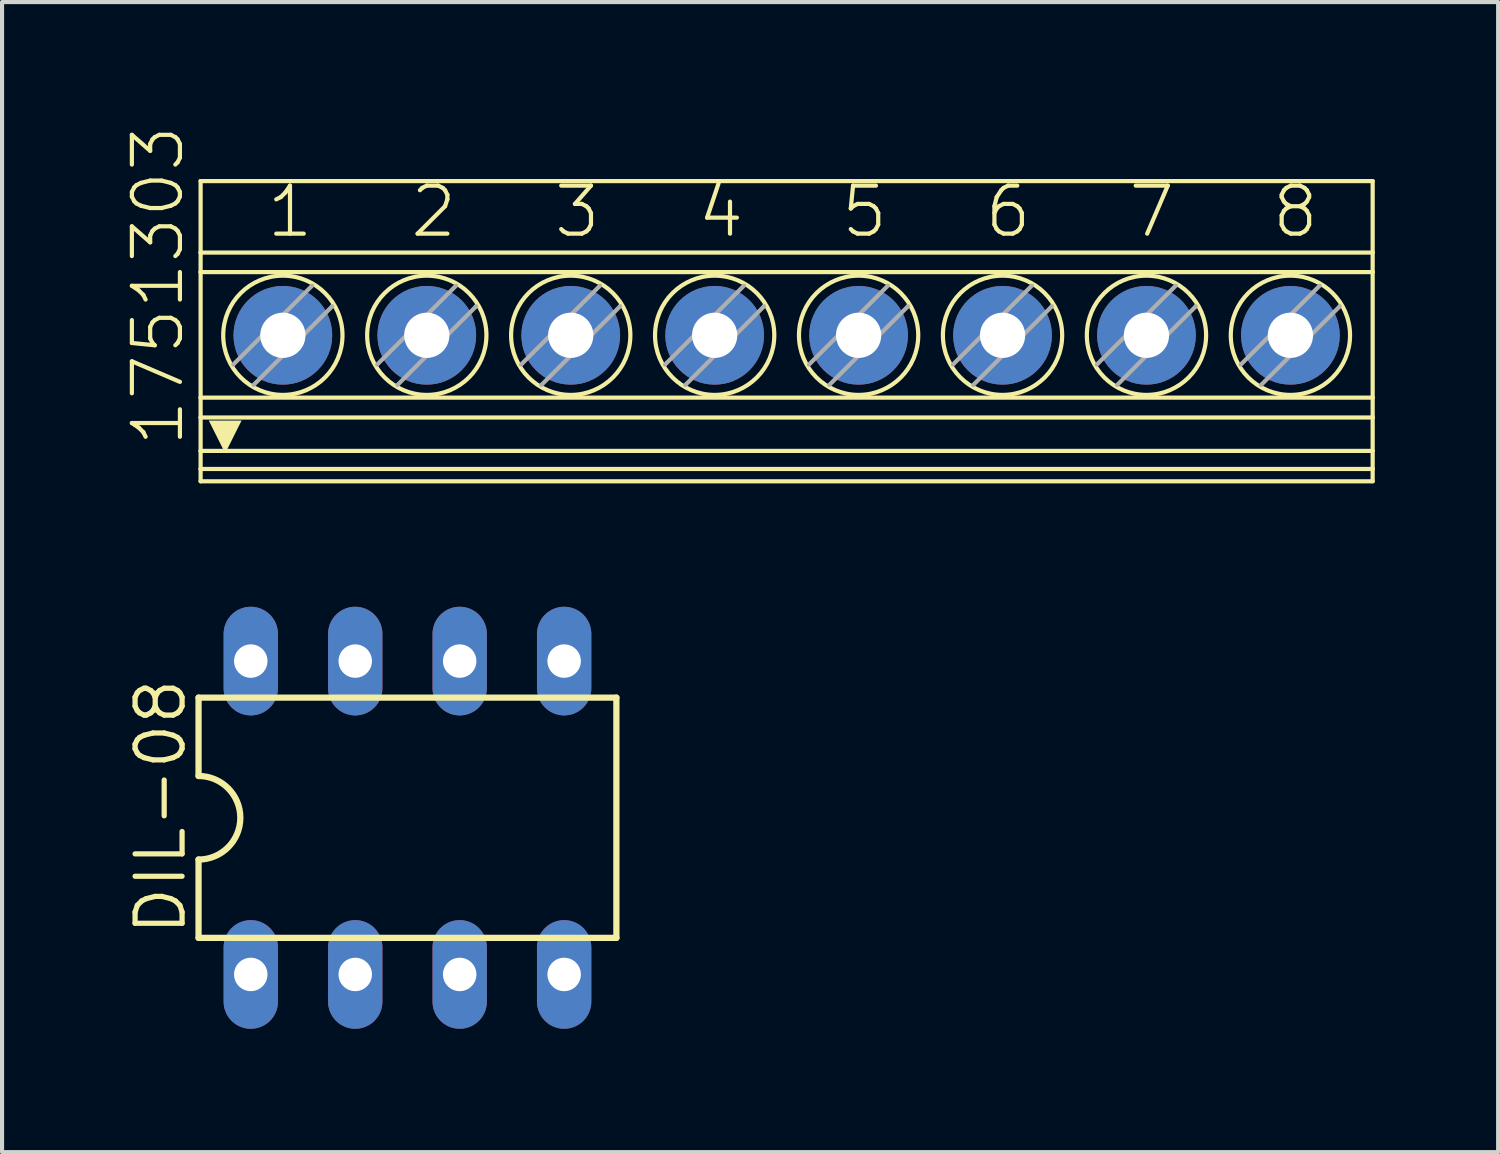
<source format=kicad_pcb>
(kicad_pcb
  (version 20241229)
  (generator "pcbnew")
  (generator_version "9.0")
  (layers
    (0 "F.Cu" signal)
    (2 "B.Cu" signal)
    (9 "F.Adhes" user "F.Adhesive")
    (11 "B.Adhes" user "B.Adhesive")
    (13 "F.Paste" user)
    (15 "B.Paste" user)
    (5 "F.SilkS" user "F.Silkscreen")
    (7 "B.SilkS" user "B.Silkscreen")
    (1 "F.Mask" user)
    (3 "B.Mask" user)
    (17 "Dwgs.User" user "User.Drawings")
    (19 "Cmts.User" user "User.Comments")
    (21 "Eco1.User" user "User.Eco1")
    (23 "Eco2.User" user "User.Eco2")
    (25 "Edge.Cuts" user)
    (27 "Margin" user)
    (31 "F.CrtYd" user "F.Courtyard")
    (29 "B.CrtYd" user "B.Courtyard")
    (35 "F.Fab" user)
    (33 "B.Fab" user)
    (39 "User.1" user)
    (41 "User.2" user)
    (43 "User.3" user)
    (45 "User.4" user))
  (footprint "DIL-08"
    (layer "F.Cu")
    (at 6.858 16.835)
    (property "Reference" "DIL-08" (at -5.334 2.921 90) (layer "F.SilkS") (effects (font (size 1.143 1.143) (thickness 0.127)) (justify left bottom)))
    (fp_line (start -5.08 -2.921) (end -5.08 -1.016) (stroke (width 0.152) (type solid)) (layer "F.SilkS"))
    (fp_line (start -5.08 2.921) (end -5.08 1.016) (stroke (width 0.152) (type solid)) (layer "F.SilkS"))
    (fp_line (start -5.08 2.921) (end 5.08 2.921) (stroke (width 0.152) (type solid)) (layer "F.SilkS"))
    (fp_line (start 5.08 -2.921) (end -5.08 -2.921) (stroke (width 0.152) (type solid)) (layer "F.SilkS"))
    (fp_line (start 5.08 -2.921) (end 5.08 2.921) (stroke (width 0.152) (type solid)) (layer "F.SilkS"))
    (fp_arc (start -5.08 -1.016) (mid -4.064 0) (end -5.08 1.016) (stroke (width 0.1524) (type solid)) (layer "F.SilkS"))
    (pad "1" thru_hole oval (at -3.81 3.81 90) (size 2.642 1.321) (drill 0.813) (layers "*.Cu" "*.Mask"))
    (pad "2" thru_hole oval (at -1.27 3.81 90) (size 2.642 1.321) (drill 0.813) (layers "*.Cu" "*.Mask"))
    (pad "3" thru_hole oval (at 1.27 3.81 90) (size 2.642 1.321) (drill 0.813) (layers "*.Cu" "*.Mask"))
    (pad "4" thru_hole oval (at 3.81 3.81 90) (size 2.642 1.321) (drill 0.813) (layers "*.Cu" "*.Mask"))
    (pad "5" thru_hole oval (at 3.81 -3.81 90) (size 2.642 1.321) (drill 0.813) (layers "*.Cu" "*.Mask"))
    (pad "6" thru_hole oval (at 1.27 -3.81 90) (size 2.642 1.321) (drill 0.813) (layers "*.Cu" "*.Mask"))
    (pad "7" thru_hole oval (at -1.27 -3.81 90) (size 2.642 1.321) (drill 0.813) (layers "*.Cu" "*.Mask"))
    (pad "8" thru_hole oval (at -3.81 -3.81 90) (size 2.642 1.321) (drill 0.813) (layers "*.Cu" "*.Mask")))
  (footprint "1751303"
    (layer "F.Cu")
    (at 16.078 5.003)
    (property "Reference" "1751303" (at -14.605 2.857 90) (layer "F.SilkS") (effects (font (size 1.168 1.168) (thickness 0.102)) (justify left bottom)))
    (fp_line (start -14.25 -3.65) (end -14.25 -1.912) (stroke (width 0.102) (type solid)) (layer "F.SilkS"))
    (fp_line (start -14.25 -3.65) (end 14.25 -3.65) (stroke (width 0.102) (type solid)) (layer "F.SilkS"))
    (fp_line (start -14.25 -1.912) (end -14.25 -1.437) (stroke (width 0.102) (type solid)) (layer "F.SilkS"))
    (fp_line (start -14.25 -1.912) (end 14.25 -1.912) (stroke (width 0.102) (type solid)) (layer "F.SilkS"))
    (fp_line (start -14.25 1.616) (end -14.25 -1.437) (stroke (width 0.102) (type solid)) (layer "F.SilkS"))
    (fp_line (start -14.25 1.616) (end -14.25 2.099) (stroke (width 0.102) (type solid)) (layer "F.SilkS"))
    (fp_line (start -14.25 1.616) (end 14.25 1.616) (stroke (width 0.102) (type solid)) (layer "F.SilkS"))
    (fp_line (start -14.25 2.099) (end -14.25 2.911) (stroke (width 0.102) (type solid)) (layer "F.SilkS"))
    (fp_line (start -14.25 2.911) (end -14.25 3.35) (stroke (width 0.102) (type solid)) (layer "F.SilkS"))
    (fp_line (start -14.25 3.35) (end -14.25 3.65) (stroke (width 0.102) (type solid)) (layer "F.SilkS"))
    (fp_line (start -14.25 3.35) (end 14.25 3.35) (stroke (width 0.102) (type solid)) (layer "F.SilkS"))
    (fp_line (start -14.25 3.65) (end 14.25 3.65) (stroke (width 0.102) (type solid)) (layer "F.SilkS"))
    (fp_line (start -11.044 -0.611) (end -11.05 -0.605) (stroke (width 0.102) (type solid)) (layer "F.SilkS"))
    (fp_line (start -7.544 -0.611) (end -7.55 -0.605) (stroke (width 0.102) (type solid)) (layer "F.SilkS"))
    (fp_line (start -4.044 -0.611) (end -4.05 -0.605) (stroke (width 0.102) (type solid)) (layer "F.SilkS"))
    (fp_line (start -0.544 -0.611) (end -0.55 -0.605) (stroke (width 0.102) (type solid)) (layer "F.SilkS"))
    (fp_line (start 2.956 -0.611) (end 2.95 -0.605) (stroke (width 0.102) (type solid)) (layer "F.SilkS"))
    (fp_line (start 6.456 -0.611) (end 6.45 -0.605) (stroke (width 0.102) (type solid)) (layer "F.SilkS"))
    (fp_line (start 9.956 -0.611) (end 9.95 -0.605) (stroke (width 0.102) (type solid)) (layer "F.SilkS"))
    (fp_line (start 13.456 -0.611) (end 13.45 -0.605) (stroke (width 0.102) (type solid)) (layer "F.SilkS"))
    (fp_line (start 14.25 -3.65) (end 14.25 -1.912) (stroke (width 0.102) (type solid)) (layer "F.SilkS"))
    (fp_line (start 14.25 -1.437) (end -14.25 -1.437) (stroke (width 0.102) (type solid)) (layer "F.SilkS"))
    (fp_line (start 14.25 -1.437) (end 14.25 -1.912) (stroke (width 0.102) (type solid)) (layer "F.SilkS"))
    (fp_line (start 14.25 1.616) (end 14.25 -1.437) (stroke (width 0.102) (type solid)) (layer "F.SilkS"))
    (fp_line (start 14.25 1.616) (end 14.25 2.099) (stroke (width 0.102) (type solid)) (layer "F.SilkS"))
    (fp_line (start 14.25 2.099) (end -14.25 2.099) (stroke (width 0.102) (type solid)) (layer "F.SilkS"))
    (fp_line (start 14.25 2.099) (end 14.25 2.911) (stroke (width 0.102) (type solid)) (layer "F.SilkS"))
    (fp_line (start 14.25 2.911) (end -14.25 2.911) (stroke (width 0.102) (type solid)) (layer "F.SilkS"))
    (fp_line (start 14.25 2.911) (end 14.25 3.35) (stroke (width 0.102) (type solid)) (layer "F.SilkS"))
    (fp_line (start 14.25 3.35) (end 14.25 3.65) (stroke (width 0.102) (type solid)) (layer "F.SilkS"))
    (fp_circle (center -12.25 0.1) (end -10.8 0.1) (stroke (width 0.102) (type solid)) (fill no) (layer "F.SilkS"))
    (fp_circle (center -8.75 0.1) (end -7.3 0.1) (stroke (width 0.102) (type solid)) (fill no) (layer "F.SilkS"))
    (fp_circle (center -5.25 0.1) (end -3.8 0.1) (stroke (width 0.102) (type solid)) (fill no) (layer "F.SilkS"))
    (fp_circle (center -1.75 0.1) (end -0.3 0.1) (stroke (width 0.102) (type solid)) (fill no) (layer "F.SilkS"))
    (fp_circle (center 1.75 0.1) (end 3.2 0.1) (stroke (width 0.102) (type solid)) (fill no) (layer "F.SilkS"))
    (fp_circle (center 5.25 0.1) (end 6.7 0.1) (stroke (width 0.102) (type solid)) (fill no) (layer "F.SilkS"))
    (fp_circle (center 8.75 0.1) (end 10.2 0.1) (stroke (width 0.102) (type solid)) (fill no) (layer "F.SilkS"))
    (fp_circle (center 12.25 0.1) (end 13.7 0.1) (stroke (width 0.102) (type solid)) (fill no) (layer "F.SilkS"))
    (fp_poly (pts (xy -13.652 2.971) (xy -14.052 2.172) (xy -13.253 2.172)) (stroke (width 0) (type default)) (fill yes) (layer "F.SilkS"))
    (fp_line (start -13.456 0.811) (end -11.539 -1.106) (stroke (width 0.102) (type solid)) (layer "F.Fab"))
    (fp_line (start -11.05 -0.605) (end -12.961 1.306) (stroke (width 0.102) (type solid)) (layer "F.Fab"))
    (fp_line (start -9.956 0.811) (end -8.039 -1.106) (stroke (width 0.102) (type solid)) (layer "F.Fab"))
    (fp_line (start -7.55 -0.605) (end -9.461 1.306) (stroke (width 0.102) (type solid)) (layer "F.Fab"))
    (fp_line (start -6.456 0.811) (end -4.539 -1.106) (stroke (width 0.102) (type solid)) (layer "F.Fab"))
    (fp_line (start -4.05 -0.605) (end -5.961 1.306) (stroke (width 0.102) (type solid)) (layer "F.Fab"))
    (fp_line (start -2.956 0.811) (end -1.039 -1.106) (stroke (width 0.102) (type solid)) (layer "F.Fab"))
    (fp_line (start -0.55 -0.605) (end -2.461 1.306) (stroke (width 0.102) (type solid)) (layer "F.Fab"))
    (fp_line (start 0.544 0.811) (end 2.461 -1.106) (stroke (width 0.102) (type solid)) (layer "F.Fab"))
    (fp_line (start 2.95 -0.605) (end 1.039 1.306) (stroke (width 0.102) (type solid)) (layer "F.Fab"))
    (fp_line (start 4.044 0.811) (end 5.961 -1.106) (stroke (width 0.102) (type solid)) (layer "F.Fab"))
    (fp_line (start 6.45 -0.605) (end 4.539 1.306) (stroke (width 0.102) (type solid)) (layer "F.Fab"))
    (fp_line (start 7.544 0.811) (end 9.461 -1.106) (stroke (width 0.102) (type solid)) (layer "F.Fab"))
    (fp_line (start 9.95 -0.605) (end 8.039 1.306) (stroke (width 0.102) (type solid)) (layer "F.Fab"))
    (fp_line (start 11.044 0.811) (end 12.961 -1.106) (stroke (width 0.102) (type solid)) (layer "F.Fab"))
    (fp_line (start 13.45 -0.605) (end 11.539 1.306) (stroke (width 0.102) (type solid)) (layer "F.Fab"))
    (fp_text user "5" (at 1.27 -2.223 0) (layer "F.SilkS") (effects (font (size 1.168 1.168) (thickness 0.102)) (justify left bottom)))
    (fp_text user "1" (at -12.7 -2.223 0) (layer "F.SilkS") (effects (font (size 1.168 1.168) (thickness 0.102)) (justify left bottom)))
    (fp_text user "4" (at -2.223 -2.223 0) (layer "F.SilkS") (effects (font (size 1.168 1.168) (thickness 0.102)) (justify left bottom)))
    (fp_text user "8" (at 11.748 -2.223 0) (layer "F.SilkS") (effects (font (size 1.168 1.168) (thickness 0.102)) (justify left bottom)))
    (fp_text user "7" (at 8.255 -2.223 0) (layer "F.SilkS") (effects (font (size 1.168 1.168) (thickness 0.102)) (justify left bottom)))
    (fp_text user "3" (at -5.715 -2.223 0) (layer "F.SilkS") (effects (font (size 1.168 1.168) (thickness 0.102)) (justify left bottom)))
    (fp_text user "6" (at 4.763 -2.223 0) (layer "F.SilkS") (effects (font (size 1.168 1.168) (thickness 0.102)) (justify left bottom)))
    (fp_text user "2" (at -9.207 -2.223 0) (layer "F.SilkS") (effects (font (size 1.168 1.168) (thickness 0.102)) (justify left bottom)))
    (pad "1" thru_hole circle (at -12.25 0.1 90) (size 2.4 2.4) (drill 1.1) (layers "*.Cu" "*.Mask"))
    (pad "2" thru_hole circle (at -8.75 0.1 90) (size 2.4 2.4) (drill 1.1) (layers "*.Cu" "*.Mask"))
    (pad "3" thru_hole circle (at -5.25 0.1 90) (size 2.4 2.4) (drill 1.1) (layers "*.Cu" "*.Mask"))
    (pad "4" thru_hole circle (at -1.75 0.1 90) (size 2.4 2.4) (drill 1.1) (layers "*.Cu" "*.Mask"))
    (pad "5" thru_hole circle (at 1.75 0.1 90) (size 2.4 2.4) (drill 1.1) (layers "*.Cu" "*.Mask"))
    (pad "6" thru_hole circle (at 5.25 0.1 90) (size 2.4 2.4) (drill 1.1) (layers "*.Cu" "*.Mask"))
    (pad "7" thru_hole circle (at 8.75 0.1 90) (size 2.4 2.4) (drill 1.1) (layers "*.Cu" "*.Mask"))
    (pad "8" thru_hole circle (at 12.25 0.1 90) (size 2.4 2.4) (drill 1.1) (layers "*.Cu" "*.Mask")))
  (gr_rect
    (start -3 -3)
    (end 33.379 24.965)
    (stroke (width 0.1) (type default))
    (fill no)
    (layer "Edge.Cuts")))
</source>
